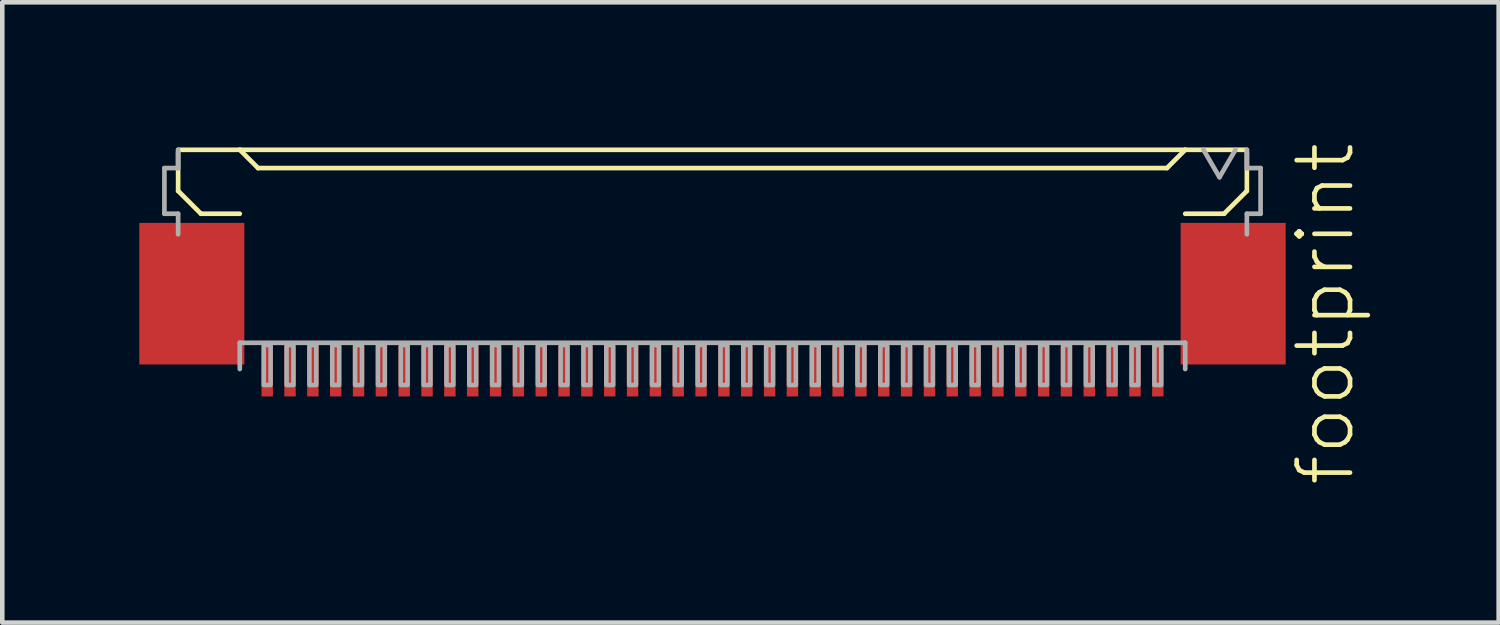
<source format=kicad_pcb>
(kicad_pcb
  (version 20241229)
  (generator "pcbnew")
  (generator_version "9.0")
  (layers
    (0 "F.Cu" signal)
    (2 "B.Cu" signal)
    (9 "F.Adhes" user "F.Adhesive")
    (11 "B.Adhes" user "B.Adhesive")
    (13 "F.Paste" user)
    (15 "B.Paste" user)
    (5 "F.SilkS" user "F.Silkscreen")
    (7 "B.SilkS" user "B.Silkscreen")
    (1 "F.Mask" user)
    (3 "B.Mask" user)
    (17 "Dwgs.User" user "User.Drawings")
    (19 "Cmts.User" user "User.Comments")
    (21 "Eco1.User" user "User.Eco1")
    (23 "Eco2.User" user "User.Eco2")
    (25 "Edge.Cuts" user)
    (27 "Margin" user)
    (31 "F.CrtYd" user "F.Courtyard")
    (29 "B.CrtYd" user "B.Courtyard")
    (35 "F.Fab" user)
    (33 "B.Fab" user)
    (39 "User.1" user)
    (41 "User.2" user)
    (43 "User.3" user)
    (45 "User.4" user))
  (footprint "footprint"
    (layer "F.Cu")
    (at 12.55 2.54)
    (property "Reference" "footprint" (at 12.74 -2.54 90) (layer "F.SilkS") (effects (font (size 1.168 1.168) (thickness 0.102)) (justify right top)))
    (fp_poly (pts (xy -9.9 1.965) (xy -9.9 3.115) (xy -9.6 3.115) (xy -9.6 1.965)) (stroke (width 0) (type solid)) (fill yes) (layer "F.Mask"))
    (fp_poly (pts (xy -9.4 1.965) (xy -9.4 3.115) (xy -9.1 3.115) (xy -9.1 1.965)) (stroke (width 0) (type solid)) (fill yes) (layer "F.Mask"))
    (fp_poly (pts (xy -8.9 1.965) (xy -8.9 3.115) (xy -8.6 3.115) (xy -8.6 1.965)) (stroke (width 0) (type solid)) (fill yes) (layer "F.Mask"))
    (fp_poly (pts (xy -8.4 1.965) (xy -8.4 3.115) (xy -8.1 3.115) (xy -8.1 1.965)) (stroke (width 0) (type solid)) (fill yes) (layer "F.Mask"))
    (fp_poly (pts (xy -7.9 1.965) (xy -7.9 3.115) (xy -7.6 3.115) (xy -7.6 1.965)) (stroke (width 0) (type solid)) (fill yes) (layer "F.Mask"))
    (fp_poly (pts (xy -7.4 1.965) (xy -7.4 3.115) (xy -7.1 3.115) (xy -7.1 1.965)) (stroke (width 0) (type solid)) (fill yes) (layer "F.Mask"))
    (fp_poly (pts (xy -6.9 1.965) (xy -6.9 3.115) (xy -6.6 3.115) (xy -6.6 1.965)) (stroke (width 0) (type solid)) (fill yes) (layer "F.Mask"))
    (fp_poly (pts (xy -6.4 1.965) (xy -6.4 3.115) (xy -6.1 3.115) (xy -6.1 1.965)) (stroke (width 0) (type solid)) (fill yes) (layer "F.Mask"))
    (fp_poly (pts (xy -5.9 1.965) (xy -5.9 3.115) (xy -5.6 3.115) (xy -5.6 1.965)) (stroke (width 0) (type solid)) (fill yes) (layer "F.Mask"))
    (fp_poly (pts (xy -5.4 1.965) (xy -5.4 3.115) (xy -5.1 3.115) (xy -5.1 1.965)) (stroke (width 0) (type solid)) (fill yes) (layer "F.Mask"))
    (fp_poly (pts (xy -4.9 1.965) (xy -4.9 3.115) (xy -4.6 3.115) (xy -4.6 1.965)) (stroke (width 0) (type solid)) (fill yes) (layer "F.Mask"))
    (fp_poly (pts (xy -4.4 1.965) (xy -4.4 3.115) (xy -4.1 3.115) (xy -4.1 1.965)) (stroke (width 0) (type solid)) (fill yes) (layer "F.Mask"))
    (fp_poly (pts (xy -3.9 1.965) (xy -3.9 3.115) (xy -3.6 3.115) (xy -3.6 1.965)) (stroke (width 0) (type solid)) (fill yes) (layer "F.Mask"))
    (fp_poly (pts (xy -3.4 1.965) (xy -3.4 3.115) (xy -3.1 3.115) (xy -3.1 1.965)) (stroke (width 0) (type solid)) (fill yes) (layer "F.Mask"))
    (fp_poly (pts (xy -2.9 1.965) (xy -2.9 3.115) (xy -2.6 3.115) (xy -2.6 1.965)) (stroke (width 0) (type solid)) (fill yes) (layer "F.Mask"))
    (fp_poly (pts (xy -2.4 1.965) (xy -2.4 3.115) (xy -2.1 3.115) (xy -2.1 1.965)) (stroke (width 0) (type solid)) (fill yes) (layer "F.Mask"))
    (fp_poly (pts (xy -1.9 1.965) (xy -1.9 3.115) (xy -1.6 3.115) (xy -1.6 1.965)) (stroke (width 0) (type solid)) (fill yes) (layer "F.Mask"))
    (fp_poly (pts (xy -1.4 1.965) (xy -1.4 3.115) (xy -1.1 3.115) (xy -1.1 1.965)) (stroke (width 0) (type solid)) (fill yes) (layer "F.Mask"))
    (fp_poly (pts (xy -0.9 1.965) (xy -0.9 3.115) (xy -0.6 3.115) (xy -0.6 1.965)) (stroke (width 0) (type solid)) (fill yes) (layer "F.Mask"))
    (fp_poly (pts (xy -0.4 1.965) (xy -0.4 3.115) (xy -0.1 3.115) (xy -0.1 1.965)) (stroke (width 0) (type solid)) (fill yes) (layer "F.Mask"))
    (fp_poly (pts (xy 0.1 1.965) (xy 0.1 3.115) (xy 0.4 3.115) (xy 0.4 1.965)) (stroke (width 0) (type solid)) (fill yes) (layer "F.Mask"))
    (fp_poly (pts (xy 0.6 1.965) (xy 0.6 3.115) (xy 0.9 3.115) (xy 0.9 1.965)) (stroke (width 0) (type solid)) (fill yes) (layer "F.Mask"))
    (fp_poly (pts (xy 1.1 1.965) (xy 1.1 3.115) (xy 1.4 3.115) (xy 1.4 1.965)) (stroke (width 0) (type solid)) (fill yes) (layer "F.Mask"))
    (fp_poly (pts (xy 1.6 1.965) (xy 1.6 3.115) (xy 1.9 3.115) (xy 1.9 1.965)) (stroke (width 0) (type solid)) (fill yes) (layer "F.Mask"))
    (fp_poly (pts (xy 2.1 1.965) (xy 2.1 3.115) (xy 2.4 3.115) (xy 2.4 1.965)) (stroke (width 0) (type solid)) (fill yes) (layer "F.Mask"))
    (fp_poly (pts (xy 2.6 1.965) (xy 2.6 3.115) (xy 2.9 3.115) (xy 2.9 1.965)) (stroke (width 0) (type solid)) (fill yes) (layer "F.Mask"))
    (fp_poly (pts (xy 3.1 1.965) (xy 3.1 3.115) (xy 3.4 3.115) (xy 3.4 1.965)) (stroke (width 0) (type solid)) (fill yes) (layer "F.Mask"))
    (fp_poly (pts (xy 3.6 1.965) (xy 3.6 3.115) (xy 3.9 3.115) (xy 3.9 1.965)) (stroke (width 0) (type solid)) (fill yes) (layer "F.Mask"))
    (fp_poly (pts (xy 4.1 1.965) (xy 4.1 3.115) (xy 4.4 3.115) (xy 4.4 1.965)) (stroke (width 0) (type solid)) (fill yes) (layer "F.Mask"))
    (fp_poly (pts (xy 4.6 1.965) (xy 4.6 3.115) (xy 4.9 3.115) (xy 4.9 1.965)) (stroke (width 0) (type solid)) (fill yes) (layer "F.Mask"))
    (fp_poly (pts (xy 5.1 1.965) (xy 5.1 3.115) (xy 5.4 3.115) (xy 5.4 1.965)) (stroke (width 0) (type solid)) (fill yes) (layer "F.Mask"))
    (fp_poly (pts (xy 5.6 1.965) (xy 5.6 3.115) (xy 5.9 3.115) (xy 5.9 1.965)) (stroke (width 0) (type solid)) (fill yes) (layer "F.Mask"))
    (fp_poly (pts (xy 6.1 1.965) (xy 6.1 3.115) (xy 6.4 3.115) (xy 6.4 1.965)) (stroke (width 0) (type solid)) (fill yes) (layer "F.Mask"))
    (fp_poly (pts (xy 6.6 1.965) (xy 6.6 3.115) (xy 6.9 3.115) (xy 6.9 1.965)) (stroke (width 0) (type solid)) (fill yes) (layer "F.Mask"))
    (fp_poly (pts (xy 7.1 1.965) (xy 7.1 3.115) (xy 7.4 3.115) (xy 7.4 1.965)) (stroke (width 0) (type solid)) (fill yes) (layer "F.Mask"))
    (fp_poly (pts (xy 7.6 1.965) (xy 7.6 3.115) (xy 7.9 3.115) (xy 7.9 1.965)) (stroke (width 0) (type solid)) (fill yes) (layer "F.Mask"))
    (fp_poly (pts (xy 8.1 1.965) (xy 8.1 3.115) (xy 8.4 3.115) (xy 8.4 1.965)) (stroke (width 0) (type solid)) (fill yes) (layer "F.Mask"))
    (fp_poly (pts (xy 8.6 1.965) (xy 8.6 3.115) (xy 8.9 3.115) (xy 8.9 1.965)) (stroke (width 0) (type solid)) (fill yes) (layer "F.Mask"))
    (fp_poly (pts (xy 9.1 1.965) (xy 9.1 3.115) (xy 9.4 3.115) (xy 9.4 1.965)) (stroke (width 0) (type solid)) (fill yes) (layer "F.Mask"))
    (fp_poly (pts (xy 9.6 1.965) (xy 9.6 3.115) (xy 9.9 3.115) (xy 9.9 1.965)) (stroke (width 0) (type solid)) (fill yes) (layer "F.Mask"))
    (fp_line (start -11.7 -2.31) (end -10.35 -2.31) (stroke (width 0.102) (type solid)) (layer "F.SilkS"))
    (fp_line (start -11.7 -1.41) (end -11.7 -2.26) (stroke (width 0.102) (type solid)) (layer "F.SilkS"))
    (fp_line (start -11.2 -0.91) (end -11.7 -1.41) (stroke (width 0.102) (type solid)) (layer "F.SilkS"))
    (fp_line (start -10.35 -2.31) (end -9.95 -1.91) (stroke (width 0.102) (type solid)) (layer "F.SilkS"))
    (fp_line (start -10.35 -0.91) (end -11.2 -0.91) (stroke (width 0.102) (type solid)) (layer "F.SilkS"))
    (fp_line (start -9.95 -1.91) (end 9.95 -1.91) (stroke (width 0.102) (type solid)) (layer "F.SilkS"))
    (fp_line (start 9.95 -1.91) (end 10.35 -2.31) (stroke (width 0.102) (type solid)) (layer "F.SilkS"))
    (fp_line (start 10.35 -2.31) (end -10.35 -2.31) (stroke (width 0.102) (type solid)) (layer "F.SilkS"))
    (fp_line (start 10.35 -2.31) (end 11.7 -2.31) (stroke (width 0.102) (type solid)) (layer "F.SilkS"))
    (fp_line (start 10.35 -0.91) (end 11.2 -0.91) (stroke (width 0.102) (type solid)) (layer "F.SilkS"))
    (fp_line (start 11.2 -0.91) (end 11.7 -1.41) (stroke (width 0.102) (type solid)) (layer "F.SilkS"))
    (fp_line (start 11.7 -1.41) (end 11.7 -2.26) (stroke (width 0.102) (type solid)) (layer "F.SilkS"))
    (fp_line (start -12 -1.91) (end -11.7 -1.91) (stroke (width 0.102) (type solid)) (layer "F.Fab"))
    (fp_line (start -12 -0.91) (end -12 -1.91) (stroke (width 0.102) (type solid)) (layer "F.Fab"))
    (fp_line (start -11.7 -1.91) (end -11.7 -2.31) (stroke (width 0.102) (type solid)) (layer "F.Fab"))
    (fp_line (start -11.7 -0.91) (end -12 -0.91) (stroke (width 0.102) (type solid)) (layer "F.Fab"))
    (fp_line (start -11.7 -0.46) (end -11.7 -0.91) (stroke (width 0.102) (type solid)) (layer "F.Fab"))
    (fp_line (start -10.35 1.915) (end -10.35 2.49) (stroke (width 0.102) (type solid)) (layer "F.Fab"))
    (fp_line (start 10.35 1.915) (end -10.35 1.915) (stroke (width 0.102) (type solid)) (layer "F.Fab"))
    (fp_line (start 10.35 2.49) (end 10.35 1.915) (stroke (width 0.102) (type solid)) (layer "F.Fab"))
    (fp_line (start 11.1 -1.71) (end 10.75 -2.31) (stroke (width 0.102) (type solid)) (layer "F.Fab"))
    (fp_line (start 11.45 -2.31) (end 11.1 -1.71) (stroke (width 0.102) (type solid)) (layer "F.Fab"))
    (fp_line (start 11.7 -2.31) (end 11.7 -1.91) (stroke (width 0.102) (type solid)) (layer "F.Fab"))
    (fp_line (start 11.7 -1.91) (end 12 -1.91) (stroke (width 0.102) (type solid)) (layer "F.Fab"))
    (fp_line (start 11.7 -0.91) (end 11.7 -0.46) (stroke (width 0.102) (type solid)) (layer "F.Fab"))
    (fp_line (start 12 -1.91) (end 12 -0.91) (stroke (width 0.102) (type solid)) (layer "F.Fab"))
    (fp_line (start 12 -0.91) (end 11.7 -0.91) (stroke (width 0.102) (type solid)) (layer "F.Fab"))
    (fp_poly (pts (xy -9.825 1.965) (xy -9.825 2.84) (xy -9.675 2.84) (xy -9.675 1.965)) (stroke (width 0.1) (type solid)) (fill no) (layer "F.Fab"))
    (fp_poly (pts (xy -9.325 1.965) (xy -9.325 2.84) (xy -9.175 2.84) (xy -9.175 1.965)) (stroke (width 0.1) (type solid)) (fill no) (layer "F.Fab"))
    (fp_poly (pts (xy -8.825 1.965) (xy -8.825 2.84) (xy -8.675 2.84) (xy -8.675 1.965)) (stroke (width 0.1) (type solid)) (fill no) (layer "F.Fab"))
    (fp_poly (pts (xy -8.325 1.965) (xy -8.325 2.84) (xy -8.175 2.84) (xy -8.175 1.965)) (stroke (width 0.1) (type solid)) (fill no) (layer "F.Fab"))
    (fp_poly (pts (xy -7.825 1.965) (xy -7.825 2.84) (xy -7.675 2.84) (xy -7.675 1.965)) (stroke (width 0.1) (type solid)) (fill no) (layer "F.Fab"))
    (fp_poly (pts (xy -7.325 1.965) (xy -7.325 2.84) (xy -7.175 2.84) (xy -7.175 1.965)) (stroke (width 0.1) (type solid)) (fill no) (layer "F.Fab"))
    (fp_poly (pts (xy -6.825 1.965) (xy -6.825 2.84) (xy -6.675 2.84) (xy -6.675 1.965)) (stroke (width 0.1) (type solid)) (fill no) (layer "F.Fab"))
    (fp_poly (pts (xy -6.325 1.965) (xy -6.325 2.84) (xy -6.175 2.84) (xy -6.175 1.965)) (stroke (width 0.1) (type solid)) (fill no) (layer "F.Fab"))
    (fp_poly (pts (xy -5.825 1.965) (xy -5.825 2.84) (xy -5.675 2.84) (xy -5.675 1.965)) (stroke (width 0.1) (type solid)) (fill no) (layer "F.Fab"))
    (fp_poly (pts (xy -5.325 1.965) (xy -5.325 2.84) (xy -5.175 2.84) (xy -5.175 1.965)) (stroke (width 0.1) (type solid)) (fill no) (layer "F.Fab"))
    (fp_poly (pts (xy -4.825 1.965) (xy -4.825 2.84) (xy -4.675 2.84) (xy -4.675 1.965)) (stroke (width 0.1) (type solid)) (fill no) (layer "F.Fab"))
    (fp_poly (pts (xy -4.325 1.965) (xy -4.325 2.84) (xy -4.175 2.84) (xy -4.175 1.965)) (stroke (width 0.1) (type solid)) (fill no) (layer "F.Fab"))
    (fp_poly (pts (xy -3.825 1.965) (xy -3.825 2.84) (xy -3.675 2.84) (xy -3.675 1.965)) (stroke (width 0.1) (type solid)) (fill no) (layer "F.Fab"))
    (fp_poly (pts (xy -3.325 1.965) (xy -3.325 2.84) (xy -3.175 2.84) (xy -3.175 1.965)) (stroke (width 0.1) (type solid)) (fill no) (layer "F.Fab"))
    (fp_poly (pts (xy -2.825 1.965) (xy -2.825 2.84) (xy -2.675 2.84) (xy -2.675 1.965)) (stroke (width 0.1) (type solid)) (fill no) (layer "F.Fab"))
    (fp_poly (pts (xy -2.325 1.965) (xy -2.325 2.84) (xy -2.175 2.84) (xy -2.175 1.965)) (stroke (width 0.1) (type solid)) (fill no) (layer "F.Fab"))
    (fp_poly (pts (xy -1.825 1.965) (xy -1.825 2.84) (xy -1.675 2.84) (xy -1.675 1.965)) (stroke (width 0.1) (type solid)) (fill no) (layer "F.Fab"))
    (fp_poly (pts (xy -1.325 1.965) (xy -1.325 2.84) (xy -1.175 2.84) (xy -1.175 1.965)) (stroke (width 0.1) (type solid)) (fill no) (layer "F.Fab"))
    (fp_poly (pts (xy -0.825 1.965) (xy -0.825 2.84) (xy -0.675 2.84) (xy -0.675 1.965)) (stroke (width 0.1) (type solid)) (fill no) (layer "F.Fab"))
    (fp_poly (pts (xy -0.325 1.965) (xy -0.325 2.84) (xy -0.175 2.84) (xy -0.175 1.965)) (stroke (width 0.1) (type solid)) (fill no) (layer "F.Fab"))
    (fp_poly (pts (xy 0.175 1.965) (xy 0.175 2.84) (xy 0.325 2.84) (xy 0.325 1.965)) (stroke (width 0.1) (type solid)) (fill no) (layer "F.Fab"))
    (fp_poly (pts (xy 0.675 1.965) (xy 0.675 2.84) (xy 0.825 2.84) (xy 0.825 1.965)) (stroke (width 0.1) (type solid)) (fill no) (layer "F.Fab"))
    (fp_poly (pts (xy 1.175 1.965) (xy 1.175 2.84) (xy 1.325 2.84) (xy 1.325 1.965)) (stroke (width 0.1) (type solid)) (fill no) (layer "F.Fab"))
    (fp_poly (pts (xy 1.675 1.965) (xy 1.675 2.84) (xy 1.825 2.84) (xy 1.825 1.965)) (stroke (width 0.1) (type solid)) (fill no) (layer "F.Fab"))
    (fp_poly (pts (xy 2.175 1.965) (xy 2.175 2.84) (xy 2.325 2.84) (xy 2.325 1.965)) (stroke (width 0.1) (type solid)) (fill no) (layer "F.Fab"))
    (fp_poly (pts (xy 2.675 1.965) (xy 2.675 2.84) (xy 2.825 2.84) (xy 2.825 1.965)) (stroke (width 0.1) (type solid)) (fill no) (layer "F.Fab"))
    (fp_poly (pts (xy 3.175 1.965) (xy 3.175 2.84) (xy 3.325 2.84) (xy 3.325 1.965)) (stroke (width 0.1) (type solid)) (fill no) (layer "F.Fab"))
    (fp_poly (pts (xy 3.675 1.965) (xy 3.675 2.84) (xy 3.825 2.84) (xy 3.825 1.965)) (stroke (width 0.1) (type solid)) (fill no) (layer "F.Fab"))
    (fp_poly (pts (xy 4.175 1.965) (xy 4.175 2.84) (xy 4.325 2.84) (xy 4.325 1.965)) (stroke (width 0.1) (type solid)) (fill no) (layer "F.Fab"))
    (fp_poly (pts (xy 4.675 1.965) (xy 4.675 2.84) (xy 4.825 2.84) (xy 4.825 1.965)) (stroke (width 0.1) (type solid)) (fill no) (layer "F.Fab"))
    (fp_poly (pts (xy 5.175 1.965) (xy 5.175 2.84) (xy 5.325 2.84) (xy 5.325 1.965)) (stroke (width 0.1) (type solid)) (fill no) (layer "F.Fab"))
    (fp_poly (pts (xy 5.675 1.965) (xy 5.675 2.84) (xy 5.825 2.84) (xy 5.825 1.965)) (stroke (width 0.1) (type solid)) (fill no) (layer "F.Fab"))
    (fp_poly (pts (xy 6.175 1.965) (xy 6.175 2.84) (xy 6.325 2.84) (xy 6.325 1.965)) (stroke (width 0.1) (type solid)) (fill no) (layer "F.Fab"))
    (fp_poly (pts (xy 6.675 1.965) (xy 6.675 2.84) (xy 6.825 2.84) (xy 6.825 1.965)) (stroke (width 0.1) (type solid)) (fill no) (layer "F.Fab"))
    (fp_poly (pts (xy 7.175 1.965) (xy 7.175 2.84) (xy 7.325 2.84) (xy 7.325 1.965)) (stroke (width 0.1) (type solid)) (fill no) (layer "F.Fab"))
    (fp_poly (pts (xy 7.675 1.965) (xy 7.675 2.84) (xy 7.825 2.84) (xy 7.825 1.965)) (stroke (width 0.1) (type solid)) (fill no) (layer "F.Fab"))
    (fp_poly (pts (xy 8.175 1.965) (xy 8.175 2.84) (xy 8.325 2.84) (xy 8.325 1.965)) (stroke (width 0.1) (type solid)) (fill no) (layer "F.Fab"))
    (fp_poly (pts (xy 8.675 1.965) (xy 8.675 2.84) (xy 8.825 2.84) (xy 8.825 1.965)) (stroke (width 0.1) (type solid)) (fill no) (layer "F.Fab"))
    (fp_poly (pts (xy 9.175 1.965) (xy 9.175 2.84) (xy 9.325 2.84) (xy 9.325 1.965)) (stroke (width 0.1) (type solid)) (fill no) (layer "F.Fab"))
    (fp_poly (pts (xy 9.675 1.965) (xy 9.675 2.84) (xy 9.825 2.84) (xy 9.825 1.965)) (stroke (width 0.1) (type solid)) (fill no) (layer "F.Fab"))
    (pad "1" smd rect (at -9.75 2.54 90) (size 1.1 0.25) (layers "F.Cu" "F.Paste"))
    (pad "2" smd rect (at -9.25 2.54 90) (size 1.1 0.25) (layers "F.Cu" "F.Paste"))
    (pad "3" smd rect (at -8.75 2.54 90) (size 1.1 0.25) (layers "F.Cu" "F.Paste"))
    (pad "4" smd rect (at -8.25 2.54 90) (size 1.1 0.25) (layers "F.Cu" "F.Paste"))
    (pad "5" smd rect (at -7.75 2.54 90) (size 1.1 0.25) (layers "F.Cu" "F.Paste"))
    (pad "6" smd rect (at -7.25 2.54 90) (size 1.1 0.25) (layers "F.Cu" "F.Paste"))
    (pad "7" smd rect (at -6.75 2.54 90) (size 1.1 0.25) (layers "F.Cu" "F.Paste"))
    (pad "8" smd rect (at -6.25 2.54 90) (size 1.1 0.25) (layers "F.Cu" "F.Paste"))
    (pad "9" smd rect (at -5.75 2.54 90) (size 1.1 0.25) (layers "F.Cu" "F.Paste"))
    (pad "10" smd rect (at -5.25 2.54 90) (size 1.1 0.25) (layers "F.Cu" "F.Paste"))
    (pad "11" smd rect (at -4.75 2.54 90) (size 1.1 0.25) (layers "F.Cu" "F.Paste"))
    (pad "12" smd rect (at -4.25 2.54 90) (size 1.1 0.25) (layers "F.Cu" "F.Paste"))
    (pad "13" smd rect (at -3.75 2.54 90) (size 1.1 0.25) (layers "F.Cu" "F.Paste"))
    (pad "14" smd rect (at -3.25 2.54 90) (size 1.1 0.25) (layers "F.Cu" "F.Paste"))
    (pad "15" smd rect (at -2.75 2.54 90) (size 1.1 0.25) (layers "F.Cu" "F.Paste"))
    (pad "16" smd rect (at -2.25 2.54 90) (size 1.1 0.25) (layers "F.Cu" "F.Paste"))
    (pad "17" smd rect (at -1.75 2.54 90) (size 1.1 0.25) (layers "F.Cu" "F.Paste"))
    (pad "18" smd rect (at -1.25 2.54 90) (size 1.1 0.25) (layers "F.Cu" "F.Paste"))
    (pad "19" smd rect (at -0.75 2.54 90) (size 1.1 0.25) (layers "F.Cu" "F.Paste"))
    (pad "20" smd rect (at -0.25 2.54 90) (size 1.1 0.25) (layers "F.Cu" "F.Paste"))
    (pad "21" smd rect (at 0.25 2.54 90) (size 1.1 0.25) (layers "F.Cu" "F.Paste"))
    (pad "22" smd rect (at 0.75 2.54 90) (size 1.1 0.25) (layers "F.Cu" "F.Paste"))
    (pad "23" smd rect (at 1.25 2.54 90) (size 1.1 0.25) (layers "F.Cu" "F.Paste"))
    (pad "24" smd rect (at 1.75 2.54 90) (size 1.1 0.25) (layers "F.Cu" "F.Paste"))
    (pad "25" smd rect (at 2.25 2.54 90) (size 1.1 0.25) (layers "F.Cu" "F.Paste"))
    (pad "26" smd rect (at 2.75 2.54 90) (size 1.1 0.25) (layers "F.Cu" "F.Paste"))
    (pad "27" smd rect (at 3.25 2.54 90) (size 1.1 0.25) (layers "F.Cu" "F.Paste"))
    (pad "28" smd rect (at 3.75 2.54 90) (size 1.1 0.25) (layers "F.Cu" "F.Paste"))
    (pad "29" smd rect (at 4.25 2.54 90) (size 1.1 0.25) (layers "F.Cu" "F.Paste"))
    (pad "30" smd rect (at 4.75 2.54 90) (size 1.1 0.25) (layers "F.Cu" "F.Paste"))
    (pad "31" smd rect (at 5.25 2.54 90) (size 1.1 0.25) (layers "F.Cu" "F.Paste"))
    (pad "32" smd rect (at 5.75 2.54 90) (size 1.1 0.25) (layers "F.Cu" "F.Paste"))
    (pad "33" smd rect (at 6.25 2.54 90) (size 1.1 0.25) (layers "F.Cu" "F.Paste"))
    (pad "34" smd rect (at 6.75 2.54 90) (size 1.1 0.25) (layers "F.Cu" "F.Paste"))
    (pad "35" smd rect (at 7.25 2.54 90) (size 1.1 0.25) (layers "F.Cu" "F.Paste"))
    (pad "36" smd rect (at 7.75 2.54 90) (size 1.1 0.25) (layers "F.Cu" "F.Paste"))
    (pad "37" smd rect (at 8.25 2.54 90) (size 1.1 0.25) (layers "F.Cu" "F.Paste"))
    (pad "38" smd rect (at 8.75 2.54 90) (size 1.1 0.25) (layers "F.Cu" "F.Paste"))
    (pad "39" smd rect (at 9.25 2.54 90) (size 1.1 0.25) (layers "F.Cu" "F.Paste"))
    (pad "40" smd rect (at 9.75 2.54 90) (size 1.1 0.25) (layers "F.Cu" "F.Paste"))
    (pad "M1" smd rect (at 11.4 0.84 270) (size 3.1 2.3) (layers "F.Cu" "F.Mask" "F.Paste"))
    (pad "M2" smd rect (at -11.4 0.84 270) (size 3.1 2.3) (layers "F.Cu" "F.Mask" "F.Paste")))
  (gr_rect
    (start -3 -3)
    (end 29.763 10.582)
    (stroke (width 0.1) (type default))
    (fill no)
    (layer "Edge.Cuts")))
</source>
